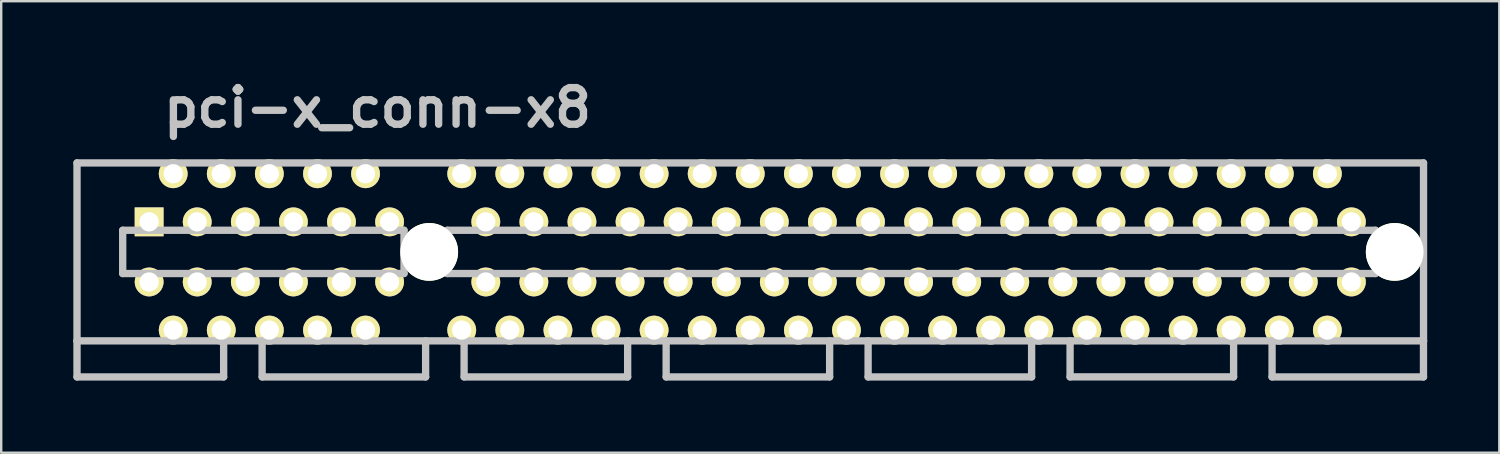
<source format=kicad_pcb>
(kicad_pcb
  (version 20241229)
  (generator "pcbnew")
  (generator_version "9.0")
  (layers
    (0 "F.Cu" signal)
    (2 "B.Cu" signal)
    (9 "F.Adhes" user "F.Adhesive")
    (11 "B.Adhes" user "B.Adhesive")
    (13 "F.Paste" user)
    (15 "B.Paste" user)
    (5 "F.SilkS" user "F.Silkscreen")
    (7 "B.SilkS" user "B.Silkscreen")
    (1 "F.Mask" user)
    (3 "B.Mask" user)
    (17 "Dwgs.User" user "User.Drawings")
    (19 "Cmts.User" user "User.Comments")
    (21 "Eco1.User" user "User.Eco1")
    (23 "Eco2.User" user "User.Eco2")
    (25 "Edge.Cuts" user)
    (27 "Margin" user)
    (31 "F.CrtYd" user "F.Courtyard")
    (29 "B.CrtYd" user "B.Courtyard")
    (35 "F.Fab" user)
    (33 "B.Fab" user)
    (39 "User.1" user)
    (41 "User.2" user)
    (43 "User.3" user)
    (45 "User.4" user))
  (footprint "pci-x_conn-x8"
    (layer "F.Cu")
    (at 12.652 7.426)
    (property "Reference" "pci-x_conn-x8" (at 0 -5.999 0) (layer "Dwgs.User") (effects (font (size 1.524 1.524) (thickness 0.305))))
    (attr through_hole)
    (fp_line (start -12.499 -3.701) (end -12.499 3.701) (stroke (width 0.305) (type solid)) (layer "Dwgs.User"))
    (fp_line (start -12.499 3.701) (end -12.499 5.199) (stroke (width 0.305) (type solid)) (layer "Dwgs.User"))
    (fp_line (start -12.499 3.701) (end 43.5 3.701) (stroke (width 0.305) (type solid)) (layer "Dwgs.User"))
    (fp_line (start -10.599 -0.899) (end -10.599 0.899) (stroke (width 0.305) (type solid)) (layer "Dwgs.User"))
    (fp_line (start -10.599 -0.899) (end 1.1 -0.899) (stroke (width 0.305) (type solid)) (layer "Dwgs.User"))
    (fp_line (start -6.401 5.199) (end -12.499 5.199) (stroke (width 0.305) (type solid)) (layer "Dwgs.User"))
    (fp_line (start -6.401 5.199) (end -6.401 3.701) (stroke (width 0.305) (type solid)) (layer "Dwgs.User"))
    (fp_line (start -4.801 3.701) (end -4.801 5.199) (stroke (width 0.305) (type solid)) (layer "Dwgs.User"))
    (fp_line (start -4.798 5.199) (end 2.002 5.199) (stroke (width 0.305) (type solid)) (layer "Dwgs.User"))
    (fp_line (start 1.1 0.899) (end -10.599 0.899) (stroke (width 0.305) (type solid)) (layer "Dwgs.User"))
    (fp_line (start 1.1 0.899) (end 1.1 -0.899) (stroke (width 0.305) (type solid)) (layer "Dwgs.User"))
    (fp_line (start 1.999 5.199) (end 1.999 3.701) (stroke (width 0.305) (type solid)) (layer "Dwgs.User"))
    (fp_line (start 2.901 0.899) (end 2.901 -0.899) (stroke (width 0.305) (type solid)) (layer "Dwgs.User"))
    (fp_line (start 2.901 0.899) (end 41.501 0.899) (stroke (width 0.305) (type solid)) (layer "Dwgs.User"))
    (fp_line (start 3.599 3.701) (end 3.599 5.199) (stroke (width 0.305) (type solid)) (layer "Dwgs.User"))
    (fp_line (start 3.602 5.199) (end 10.401 5.199) (stroke (width 0.305) (type solid)) (layer "Dwgs.User"))
    (fp_line (start 10.401 5.199) (end 10.401 3.701) (stroke (width 0.305) (type solid)) (layer "Dwgs.User"))
    (fp_line (start 12.002 5.199) (end 12.002 3.701) (stroke (width 0.305) (type solid)) (layer "Dwgs.User"))
    (fp_line (start 12.002 5.199) (end 18.801 5.199) (stroke (width 0.305) (type solid)) (layer "Dwgs.User"))
    (fp_line (start 18.801 5.199) (end 18.801 3.701) (stroke (width 0.305) (type solid)) (layer "Dwgs.User"))
    (fp_line (start 20.401 3.701) (end 20.401 5.199) (stroke (width 0.305) (type solid)) (layer "Dwgs.User"))
    (fp_line (start 20.401 5.199) (end 27.201 5.199) (stroke (width 0.305) (type solid)) (layer "Dwgs.User"))
    (fp_line (start 27.201 5.199) (end 27.201 3.701) (stroke (width 0.305) (type solid)) (layer "Dwgs.User"))
    (fp_line (start 28.801 3.701) (end 28.801 5.199) (stroke (width 0.305) (type solid)) (layer "Dwgs.User"))
    (fp_line (start 28.801 5.197) (end 35.601 5.197) (stroke (width 0.305) (type solid)) (layer "Dwgs.User"))
    (fp_line (start 35.601 5.199) (end 35.601 3.701) (stroke (width 0.305) (type solid)) (layer "Dwgs.User"))
    (fp_line (start 37.201 5.199) (end 37.201 3.701) (stroke (width 0.305) (type solid)) (layer "Dwgs.User"))
    (fp_line (start 37.201 5.199) (end 43.5 5.199) (stroke (width 0.305) (type solid)) (layer "Dwgs.User"))
    (fp_line (start 41.501 -0.899) (end 2.901 -0.899) (stroke (width 0.305) (type solid)) (layer "Dwgs.User"))
    (fp_line (start 41.504 -0.899) (end 41.504 0.899) (stroke (width 0.305) (type solid)) (layer "Dwgs.User"))
    (fp_line (start 43.498 5.199) (end 43.498 3.701) (stroke (width 0.305) (type solid)) (layer "Dwgs.User"))
    (fp_line (start 43.5 -3.701) (end -12.499 -3.701) (stroke (width 0.305) (type solid)) (layer "Dwgs.User"))
    (fp_line (start 43.5 3.701) (end 43.5 -3.701) (stroke (width 0.305) (type solid)) (layer "Dwgs.User"))
    (pad "" np_thru_hole circle (at 2.149 0) (size 2.4 2.4) (drill 2.4) (layers "*.Cu" "F.SilkS"))
    (pad "" np_thru_hole circle (at 42.301 0) (size 2.4 2.4) (drill 2.4) (layers "*.Cu" "F.SilkS"))
    (pad "A1" thru_hole rect (at -9.5 -1.25) (size 1.199 1.199) (drill 0.8) (layers "*.Cu" "*.Mask" "F.SilkS"))
    (pad "A2" thru_hole circle (at -8.499 -3.251) (size 1.199 1.199) (drill 0.8) (layers "*.Cu" "*.Mask" "F.SilkS"))
    (pad "A3" thru_hole circle (at -7.501 -1.25) (size 1.199 1.199) (drill 0.8) (layers "*.Cu" "*.Mask" "F.SilkS"))
    (pad "A4" thru_hole circle (at -6.5 -3.251) (size 1.199 1.199) (drill 0.8) (layers "*.Cu" "*.Mask" "F.SilkS"))
    (pad "A5" thru_hole circle (at -5.499 -1.25) (size 1.199 1.199) (drill 0.8) (layers "*.Cu" "*.Mask" "F.SilkS"))
    (pad "A6" thru_hole circle (at -4.501 -3.251) (size 1.199 1.199) (drill 0.8) (layers "*.Cu" "*.Mask" "F.SilkS"))
    (pad "A7" thru_hole circle (at -3.5 -1.25) (size 1.199 1.199) (drill 0.8) (layers "*.Cu" "*.Mask" "F.SilkS"))
    (pad "A8" thru_hole circle (at -2.499 -3.251) (size 1.199 1.199) (drill 0.8) (layers "*.Cu" "*.Mask" "F.SilkS"))
    (pad "A9" thru_hole circle (at -1.501 -1.25) (size 1.199 1.199) (drill 0.8) (layers "*.Cu" "*.Mask" "F.SilkS"))
    (pad "A10" thru_hole circle (at -0.5 -3.251) (size 1.199 1.199) (drill 0.8) (layers "*.Cu" "*.Mask" "F.SilkS"))
    (pad "A11" thru_hole circle (at 0.5 -1.25) (size 1.199 1.199) (drill 0.8) (layers "*.Cu" "*.Mask" "F.SilkS"))
    (pad "A12" thru_hole circle (at 3.5 -3.251) (size 1.199 1.199) (drill 0.8) (layers "*.Cu" "*.Mask" "F.SilkS"))
    (pad "A13" thru_hole circle (at 4.501 -1.25) (size 1.199 1.199) (drill 0.8) (layers "*.Cu" "*.Mask" "F.SilkS"))
    (pad "A14" thru_hole circle (at 5.499 -3.251) (size 1.199 1.199) (drill 0.8) (layers "*.Cu" "*.Mask" "F.SilkS"))
    (pad "A15" thru_hole circle (at 6.5 -1.25) (size 1.199 1.199) (drill 0.8) (layers "*.Cu" "*.Mask" "F.SilkS"))
    (pad "A16" thru_hole circle (at 7.501 -3.251) (size 1.199 1.199) (drill 0.8) (layers "*.Cu" "*.Mask" "F.SilkS"))
    (pad "A17" thru_hole circle (at 8.499 -1.25) (size 1.199 1.199) (drill 0.8) (layers "*.Cu" "*.Mask" "F.SilkS"))
    (pad "A18" thru_hole circle (at 9.5 -3.251) (size 1.199 1.199) (drill 0.8) (layers "*.Cu" "*.Mask" "F.SilkS"))
    (pad "A19" thru_hole circle (at 10.5 -1.25) (size 1.199 1.199) (drill 0.8) (layers "*.Cu" "*.Mask" "F.SilkS"))
    (pad "A20" thru_hole circle (at 11.501 -3.251) (size 1.199 1.199) (drill 0.8) (layers "*.Cu" "*.Mask" "F.SilkS"))
    (pad "A21" thru_hole circle (at 12.499 -1.25) (size 1.199 1.199) (drill 0.8) (layers "*.Cu" "*.Mask" "F.SilkS"))
    (pad "A22" thru_hole circle (at 13.5 -3.251) (size 1.199 1.199) (drill 0.8) (layers "*.Cu" "*.Mask" "F.SilkS"))
    (pad "A23" thru_hole circle (at 14.501 -1.25) (size 1.199 1.199) (drill 0.8) (layers "*.Cu" "*.Mask" "F.SilkS"))
    (pad "A24" thru_hole circle (at 15.499 -3.251) (size 1.199 1.199) (drill 0.8) (layers "*.Cu" "*.Mask" "F.SilkS"))
    (pad "A25" thru_hole circle (at 16.5 -1.25) (size 1.199 1.199) (drill 0.8) (layers "*.Cu" "*.Mask" "F.SilkS"))
    (pad "A26" thru_hole circle (at 17.501 -3.251) (size 1.199 1.199) (drill 0.8) (layers "*.Cu" "*.Mask" "F.SilkS"))
    (pad "A27" thru_hole circle (at 18.499 -1.25) (size 1.199 1.199) (drill 0.8) (layers "*.Cu" "*.Mask" "F.SilkS"))
    (pad "A28" thru_hole circle (at 19.5 -3.251) (size 1.199 1.199) (drill 0.8) (layers "*.Cu" "*.Mask" "F.SilkS"))
    (pad "A29" thru_hole circle (at 20.5 -1.25) (size 1.199 1.199) (drill 0.8) (layers "*.Cu" "*.Mask" "F.SilkS"))
    (pad "A30" thru_hole circle (at 21.501 -3.251) (size 1.199 1.199) (drill 0.8) (layers "*.Cu" "*.Mask" "F.SilkS"))
    (pad "A31" thru_hole circle (at 22.499 -1.25) (size 1.199 1.199) (drill 0.8) (layers "*.Cu" "*.Mask" "F.SilkS"))
    (pad "A32" thru_hole circle (at 23.5 -3.251) (size 1.199 1.199) (drill 0.8) (layers "*.Cu" "*.Mask" "F.SilkS"))
    (pad "A33" thru_hole circle (at 24.501 -1.25) (size 1.199 1.199) (drill 0.8) (layers "*.Cu" "*.Mask" "F.SilkS"))
    (pad "A34" thru_hole circle (at 25.499 -3.251) (size 1.199 1.199) (drill 0.8) (layers "*.Cu" "*.Mask" "F.SilkS"))
    (pad "A35" thru_hole circle (at 26.5 -1.25) (size 1.199 1.199) (drill 0.8) (layers "*.Cu" "*.Mask" "F.SilkS"))
    (pad "A36" thru_hole circle (at 27.501 -3.251) (size 1.199 1.199) (drill 0.8) (layers "*.Cu" "*.Mask" "F.SilkS"))
    (pad "A37" thru_hole circle (at 28.499 -1.25) (size 1.199 1.199) (drill 0.8) (layers "*.Cu" "*.Mask" "F.SilkS"))
    (pad "A38" thru_hole circle (at 29.5 -3.251) (size 1.199 1.199) (drill 0.8) (layers "*.Cu" "*.Mask" "F.SilkS"))
    (pad "A39" thru_hole circle (at 30.5 -1.25) (size 1.199 1.199) (drill 0.8) (layers "*.Cu" "*.Mask" "F.SilkS"))
    (pad "A40" thru_hole circle (at 31.501 -3.251) (size 1.199 1.199) (drill 0.8) (layers "*.Cu" "*.Mask" "F.SilkS"))
    (pad "A41" thru_hole circle (at 32.499 -1.25) (size 1.199 1.199) (drill 0.8) (layers "*.Cu" "*.Mask" "F.SilkS"))
    (pad "A42" thru_hole circle (at 33.5 -3.251) (size 1.199 1.199) (drill 0.8) (layers "*.Cu" "*.Mask" "F.SilkS"))
    (pad "A43" thru_hole circle (at 34.501 -1.25) (size 1.199 1.199) (drill 0.8) (layers "*.Cu" "*.Mask" "F.SilkS"))
    (pad "A44" thru_hole circle (at 35.499 -3.251) (size 1.199 1.199) (drill 0.8) (layers "*.Cu" "*.Mask" "F.SilkS"))
    (pad "A45" thru_hole circle (at 36.5 -1.25) (size 1.199 1.199) (drill 0.8) (layers "*.Cu" "*.Mask" "F.SilkS"))
    (pad "A46" thru_hole circle (at 37.501 -3.251) (size 1.199 1.199) (drill 0.8) (layers "*.Cu" "*.Mask" "F.SilkS"))
    (pad "A47" thru_hole circle (at 38.499 -1.25) (size 1.199 1.199) (drill 0.8) (layers "*.Cu" "*.Mask" "F.SilkS"))
    (pad "A48" thru_hole circle (at 39.5 -3.251) (size 1.199 1.199) (drill 0.8) (layers "*.Cu" "*.Mask" "F.SilkS"))
    (pad "A49" thru_hole circle (at 40.5 -1.25) (size 1.199 1.199) (drill 0.8) (layers "*.Cu" "*.Mask" "F.SilkS"))
    (pad "B1" thru_hole circle (at -9.5 1.25) (size 1.199 1.199) (drill 0.8) (layers "*.Cu" "*.Mask" "F.SilkS"))
    (pad "B2" thru_hole circle (at -8.499 3.251) (size 1.199 1.199) (drill 0.8) (layers "*.Cu" "*.Mask" "F.SilkS"))
    (pad "B3" thru_hole circle (at -7.501 1.25) (size 1.199 1.199) (drill 0.8) (layers "*.Cu" "*.Mask" "F.SilkS"))
    (pad "B4" thru_hole circle (at -6.5 3.251) (size 1.199 1.199) (drill 0.8) (layers "*.Cu" "*.Mask" "F.SilkS"))
    (pad "B5" thru_hole circle (at -5.499 1.25) (size 1.199 1.199) (drill 0.8) (layers "*.Cu" "*.Mask" "F.SilkS"))
    (pad "B6" thru_hole circle (at -4.501 3.251) (size 1.199 1.199) (drill 0.8) (layers "*.Cu" "*.Mask" "F.SilkS"))
    (pad "B7" thru_hole circle (at -3.5 1.25) (size 1.199 1.199) (drill 0.8) (layers "*.Cu" "*.Mask" "F.SilkS"))
    (pad "B8" thru_hole circle (at -2.499 3.251) (size 1.199 1.199) (drill 0.8) (layers "*.Cu" "*.Mask" "F.SilkS"))
    (pad "B9" thru_hole circle (at -1.501 1.25) (size 1.199 1.199) (drill 0.8) (layers "*.Cu" "*.Mask" "F.SilkS"))
    (pad "B10" thru_hole circle (at -0.5 3.251) (size 1.199 1.199) (drill 0.8) (layers "*.Cu" "*.Mask" "F.SilkS"))
    (pad "B11" thru_hole circle (at 0.5 1.25) (size 1.199 1.199) (drill 0.8) (layers "*.Cu" "*.Mask" "F.SilkS"))
    (pad "B12" thru_hole circle (at 3.5 3.251) (size 1.199 1.199) (drill 0.8) (layers "*.Cu" "*.Mask" "F.SilkS"))
    (pad "B13" thru_hole circle (at 4.501 1.25) (size 1.199 1.199) (drill 0.8) (layers "*.Cu" "*.Mask" "F.SilkS"))
    (pad "B14" thru_hole circle (at 5.499 3.251) (size 1.199 1.199) (drill 0.8) (layers "*.Cu" "*.Mask" "F.SilkS"))
    (pad "B15" thru_hole circle (at 6.5 1.25) (size 1.199 1.199) (drill 0.8) (layers "*.Cu" "*.Mask" "F.SilkS"))
    (pad "B16" thru_hole circle (at 7.501 3.251) (size 1.199 1.199) (drill 0.8) (layers "*.Cu" "*.Mask" "F.SilkS"))
    (pad "B17" thru_hole circle (at 8.499 1.25) (size 1.199 1.199) (drill 0.8) (layers "*.Cu" "*.Mask" "F.SilkS"))
    (pad "B18" thru_hole circle (at 9.5 3.251) (size 1.199 1.199) (drill 0.8) (layers "*.Cu" "*.Mask" "F.SilkS"))
    (pad "B19" thru_hole circle (at 10.5 1.25) (size 1.199 1.199) (drill 0.8) (layers "*.Cu" "*.Mask" "F.SilkS"))
    (pad "B20" thru_hole circle (at 11.501 3.251) (size 1.199 1.199) (drill 0.8) (layers "*.Cu" "*.Mask" "F.SilkS"))
    (pad "B21" thru_hole circle (at 12.499 1.25) (size 1.199 1.199) (drill 0.8) (layers "*.Cu" "*.Mask" "F.SilkS"))
    (pad "B22" thru_hole circle (at 13.5 3.251) (size 1.199 1.199) (drill 0.8) (layers "*.Cu" "*.Mask" "F.SilkS"))
    (pad "B23" thru_hole circle (at 14.501 1.25) (size 1.199 1.199) (drill 0.8) (layers "*.Cu" "*.Mask" "F.SilkS"))
    (pad "B24" thru_hole circle (at 15.499 3.251) (size 1.199 1.199) (drill 0.8) (layers "*.Cu" "*.Mask" "F.SilkS"))
    (pad "B25" thru_hole circle (at 16.5 1.25) (size 1.199 1.199) (drill 0.8) (layers "*.Cu" "*.Mask" "F.SilkS"))
    (pad "B26" thru_hole circle (at 17.501 3.251) (size 1.199 1.199) (drill 0.8) (layers "*.Cu" "*.Mask" "F.SilkS"))
    (pad "B27" thru_hole circle (at 18.499 1.25) (size 1.199 1.199) (drill 0.8) (layers "*.Cu" "*.Mask" "F.SilkS"))
    (pad "B28" thru_hole circle (at 19.5 3.251) (size 1.199 1.199) (drill 0.8) (layers "*.Cu" "*.Mask" "F.SilkS"))
    (pad "B29" thru_hole circle (at 20.5 1.25) (size 1.199 1.199) (drill 0.8) (layers "*.Cu" "*.Mask" "F.SilkS"))
    (pad "B30" thru_hole circle (at 21.501 3.251) (size 1.199 1.199) (drill 0.8) (layers "*.Cu" "*.Mask" "F.SilkS"))
    (pad "B31" thru_hole circle (at 22.499 1.25) (size 1.199 1.199) (drill 0.8) (layers "*.Cu" "*.Mask" "F.SilkS"))
    (pad "B32" thru_hole circle (at 23.5 3.251) (size 1.199 1.199) (drill 0.8) (layers "*.Cu" "*.Mask" "F.SilkS"))
    (pad "B33" thru_hole circle (at 24.501 1.25) (size 1.199 1.199) (drill 0.8) (layers "*.Cu" "*.Mask" "F.SilkS"))
    (pad "B34" thru_hole circle (at 25.499 3.251) (size 1.199 1.199) (drill 0.8) (layers "*.Cu" "*.Mask" "F.SilkS"))
    (pad "B35" thru_hole circle (at 26.5 1.25) (size 1.199 1.199) (drill 0.8) (layers "*.Cu" "*.Mask" "F.SilkS"))
    (pad "B36" thru_hole circle (at 27.501 3.251) (size 1.199 1.199) (drill 0.8) (layers "*.Cu" "*.Mask" "F.SilkS"))
    (pad "B37" thru_hole circle (at 28.499 1.25) (size 1.199 1.199) (drill 0.8) (layers "*.Cu" "*.Mask" "F.SilkS"))
    (pad "B38" thru_hole circle (at 29.5 3.251) (size 1.199 1.199) (drill 0.8) (layers "*.Cu" "*.Mask" "F.SilkS"))
    (pad "B39" thru_hole circle (at 30.5 1.25) (size 1.199 1.199) (drill 0.8) (layers "*.Cu" "*.Mask" "F.SilkS"))
    (pad "B40" thru_hole circle (at 31.501 3.251) (size 1.199 1.199) (drill 0.8) (layers "*.Cu" "*.Mask" "F.SilkS"))
    (pad "B41" thru_hole circle (at 32.499 1.25) (size 1.199 1.199) (drill 0.8) (layers "*.Cu" "*.Mask" "F.SilkS"))
    (pad "B42" thru_hole circle (at 33.5 3.251) (size 1.199 1.199) (drill 0.8) (layers "*.Cu" "*.Mask" "F.SilkS"))
    (pad "B43" thru_hole circle (at 34.501 1.25) (size 1.199 1.199) (drill 0.8) (layers "*.Cu" "*.Mask" "F.SilkS"))
    (pad "B44" thru_hole circle (at 35.499 3.251) (size 1.199 1.199) (drill 0.8) (layers "*.Cu" "*.Mask" "F.SilkS"))
    (pad "B45" thru_hole circle (at 36.5 1.25) (size 1.199 1.199) (drill 0.8) (layers "*.Cu" "*.Mask" "F.SilkS"))
    (pad "B46" thru_hole circle (at 37.501 3.251) (size 1.199 1.199) (drill 0.8) (layers "*.Cu" "*.Mask" "F.SilkS"))
    (pad "B47" thru_hole circle (at 38.499 1.25) (size 1.199 1.199) (drill 0.8) (layers "*.Cu" "*.Mask" "F.SilkS"))
    (pad "B48" thru_hole circle (at 39.5 3.251) (size 1.199 1.199) (drill 0.8) (layers "*.Cu" "*.Mask" "F.SilkS"))
    (pad "B49" thru_hole circle (at 40.5 1.25) (size 1.199 1.199) (drill 0.8) (layers "*.Cu" "*.Mask" "F.SilkS")))
  (gr_rect
    (start -3 -3)
    (end 59.304 15.778)
    (stroke (width 0.1) (type default))
    (fill no)
    (layer "Edge.Cuts")))
</source>
